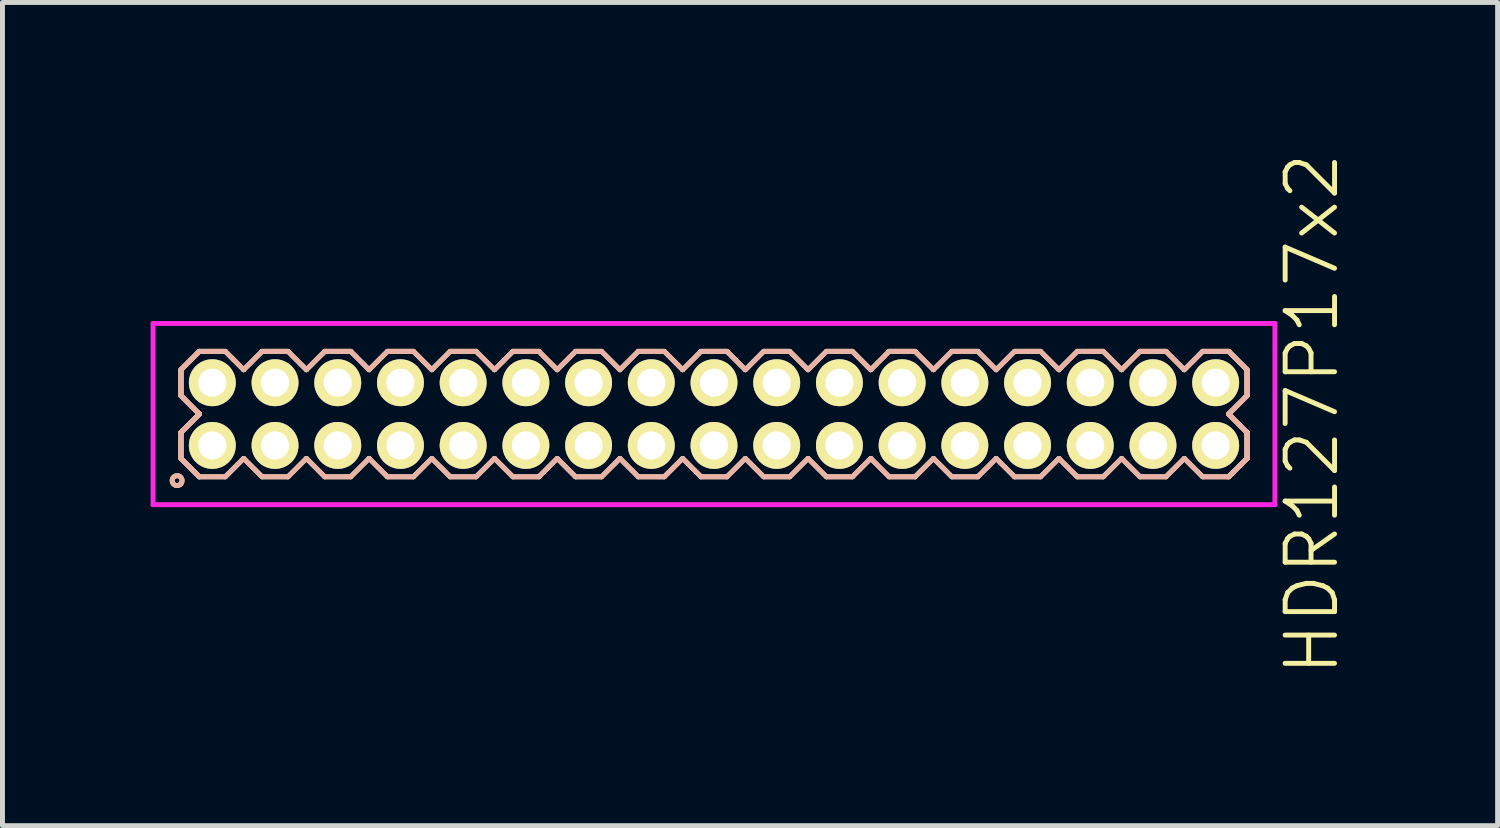
<source format=kicad_pcb>
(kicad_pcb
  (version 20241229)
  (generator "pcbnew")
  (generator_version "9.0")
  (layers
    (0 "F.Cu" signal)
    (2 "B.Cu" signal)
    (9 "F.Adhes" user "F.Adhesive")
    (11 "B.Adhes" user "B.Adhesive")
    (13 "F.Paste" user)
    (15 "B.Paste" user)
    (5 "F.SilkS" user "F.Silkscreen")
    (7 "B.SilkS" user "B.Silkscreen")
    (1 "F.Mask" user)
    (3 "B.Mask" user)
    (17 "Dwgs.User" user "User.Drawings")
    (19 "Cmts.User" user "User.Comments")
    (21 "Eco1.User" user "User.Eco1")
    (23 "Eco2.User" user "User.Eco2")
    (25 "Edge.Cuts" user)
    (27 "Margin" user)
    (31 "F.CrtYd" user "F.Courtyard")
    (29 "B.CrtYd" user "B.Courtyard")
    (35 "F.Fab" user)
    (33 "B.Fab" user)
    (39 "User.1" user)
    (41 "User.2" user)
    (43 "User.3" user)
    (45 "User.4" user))
  (footprint "HDR127P17x2"
    (layer "F.Cu")
    (at 11.41 5.336)
    (property "Reference" "HDR127P17x2" (at 12.11 0 90) (layer "F.SilkS") (effects (font (size 1 1) (thickness 0.1))))
    (attr through_hole)
    (fp_line (start -10.795 -0.898) (end -10.423 -1.27) (stroke (width 0.1) (type solid)) (layer "F.SilkS"))
    (fp_line (start -10.795 -0.898) (end -10.423 -1.27) (stroke (width 0.1) (type solid)) (layer "F.SilkS"))
    (fp_line (start -10.795 -0.372) (end -10.795 -0.898) (stroke (width 0.1) (type solid)) (layer "F.SilkS"))
    (fp_line (start -10.795 -0.372) (end -10.795 -0.898) (stroke (width 0.1) (type solid)) (layer "F.SilkS"))
    (fp_line (start -10.795 0.372) (end -10.423 0) (stroke (width 0.1) (type solid)) (layer "F.SilkS"))
    (fp_line (start -10.795 0.372) (end -10.423 0) (stroke (width 0.1) (type solid)) (layer "F.SilkS"))
    (fp_line (start -10.795 0.898) (end -10.795 0.372) (stroke (width 0.1) (type solid)) (layer "F.SilkS"))
    (fp_line (start -10.795 0.898) (end -10.795 0.372) (stroke (width 0.1) (type solid)) (layer "F.SilkS"))
    (fp_line (start -10.423 -1.27) (end -9.897 -1.27) (stroke (width 0.1) (type solid)) (layer "F.SilkS"))
    (fp_line (start -10.423 0) (end -10.795 -0.372) (stroke (width 0.1) (type solid)) (layer "F.SilkS"))
    (fp_line (start -10.423 0) (end -10.795 -0.372) (stroke (width 0.1) (type solid)) (layer "F.SilkS"))
    (fp_line (start -10.423 1.27) (end -10.795 0.898) (stroke (width 0.1) (type solid)) (layer "F.SilkS"))
    (fp_line (start -10.423 1.27) (end -10.795 0.898) (stroke (width 0.1) (type solid)) (layer "F.SilkS"))
    (fp_line (start -9.897 -1.27) (end -9.525 -0.898) (stroke (width 0.1) (type solid)) (layer "F.SilkS"))
    (fp_line (start -9.897 1.27) (end -10.423 1.27) (stroke (width 0.1) (type solid)) (layer "F.SilkS"))
    (fp_line (start -9.525 -0.898) (end -9.153 -1.27) (stroke (width 0.1) (type solid)) (layer "F.SilkS"))
    (fp_line (start -9.525 0.898) (end -9.897 1.27) (stroke (width 0.1) (type solid)) (layer "F.SilkS"))
    (fp_line (start -9.153 -1.27) (end -8.627 -1.27) (stroke (width 0.1) (type solid)) (layer "F.SilkS"))
    (fp_line (start -9.153 1.27) (end -9.525 0.898) (stroke (width 0.1) (type solid)) (layer "F.SilkS"))
    (fp_line (start -8.627 -1.27) (end -8.255 -0.898) (stroke (width 0.1) (type solid)) (layer "F.SilkS"))
    (fp_line (start -8.627 1.27) (end -9.153 1.27) (stroke (width 0.1) (type solid)) (layer "F.SilkS"))
    (fp_line (start -8.255 -0.898) (end -7.883 -1.27) (stroke (width 0.1) (type solid)) (layer "F.SilkS"))
    (fp_line (start -8.255 0.898) (end -8.627 1.27) (stroke (width 0.1) (type solid)) (layer "F.SilkS"))
    (fp_line (start -7.883 -1.27) (end -7.357 -1.27) (stroke (width 0.1) (type solid)) (layer "F.SilkS"))
    (fp_line (start -7.883 1.27) (end -8.255 0.898) (stroke (width 0.1) (type solid)) (layer "F.SilkS"))
    (fp_line (start -7.357 -1.27) (end -6.985 -0.898) (stroke (width 0.1) (type solid)) (layer "F.SilkS"))
    (fp_line (start -7.357 1.27) (end -7.883 1.27) (stroke (width 0.1) (type solid)) (layer "F.SilkS"))
    (fp_line (start -6.985 -0.898) (end -6.613 -1.27) (stroke (width 0.1) (type solid)) (layer "F.SilkS"))
    (fp_line (start -6.985 0.898) (end -7.357 1.27) (stroke (width 0.1) (type solid)) (layer "F.SilkS"))
    (fp_line (start -6.613 -1.27) (end -6.087 -1.27) (stroke (width 0.1) (type solid)) (layer "F.SilkS"))
    (fp_line (start -6.613 1.27) (end -6.985 0.898) (stroke (width 0.1) (type solid)) (layer "F.SilkS"))
    (fp_line (start -6.087 -1.27) (end -5.715 -0.898) (stroke (width 0.1) (type solid)) (layer "F.SilkS"))
    (fp_line (start -6.087 1.27) (end -6.613 1.27) (stroke (width 0.1) (type solid)) (layer "F.SilkS"))
    (fp_line (start -5.715 -0.898) (end -5.343 -1.27) (stroke (width 0.1) (type solid)) (layer "F.SilkS"))
    (fp_line (start -5.715 0.898) (end -6.087 1.27) (stroke (width 0.1) (type solid)) (layer "F.SilkS"))
    (fp_line (start -5.343 -1.27) (end -4.817 -1.27) (stroke (width 0.1) (type solid)) (layer "F.SilkS"))
    (fp_line (start -5.343 1.27) (end -5.715 0.898) (stroke (width 0.1) (type solid)) (layer "F.SilkS"))
    (fp_line (start -4.817 -1.27) (end -4.445 -0.898) (stroke (width 0.1) (type solid)) (layer "F.SilkS"))
    (fp_line (start -4.817 1.27) (end -5.343 1.27) (stroke (width 0.1) (type solid)) (layer "F.SilkS"))
    (fp_line (start -4.445 -0.898) (end -4.073 -1.27) (stroke (width 0.1) (type solid)) (layer "F.SilkS"))
    (fp_line (start -4.445 0.898) (end -4.817 1.27) (stroke (width 0.1) (type solid)) (layer "F.SilkS"))
    (fp_line (start -4.073 -1.27) (end -3.547 -1.27) (stroke (width 0.1) (type solid)) (layer "F.SilkS"))
    (fp_line (start -4.073 1.27) (end -4.445 0.898) (stroke (width 0.1) (type solid)) (layer "F.SilkS"))
    (fp_line (start -3.547 -1.27) (end -3.175 -0.898) (stroke (width 0.1) (type solid)) (layer "F.SilkS"))
    (fp_line (start -3.547 1.27) (end -4.073 1.27) (stroke (width 0.1) (type solid)) (layer "F.SilkS"))
    (fp_line (start -3.175 -0.898) (end -2.803 -1.27) (stroke (width 0.1) (type solid)) (layer "F.SilkS"))
    (fp_line (start -3.175 0.898) (end -3.547 1.27) (stroke (width 0.1) (type solid)) (layer "F.SilkS"))
    (fp_line (start -2.803 -1.27) (end -2.277 -1.27) (stroke (width 0.1) (type solid)) (layer "F.SilkS"))
    (fp_line (start -2.803 1.27) (end -3.175 0.898) (stroke (width 0.1) (type solid)) (layer "F.SilkS"))
    (fp_line (start -2.277 -1.27) (end -1.905 -0.898) (stroke (width 0.1) (type solid)) (layer "F.SilkS"))
    (fp_line (start -2.277 1.27) (end -2.803 1.27) (stroke (width 0.1) (type solid)) (layer "F.SilkS"))
    (fp_line (start -1.905 -0.898) (end -1.533 -1.27) (stroke (width 0.1) (type solid)) (layer "F.SilkS"))
    (fp_line (start -1.905 0.898) (end -2.277 1.27) (stroke (width 0.1) (type solid)) (layer "F.SilkS"))
    (fp_line (start -1.533 -1.27) (end -1.007 -1.27) (stroke (width 0.1) (type solid)) (layer "F.SilkS"))
    (fp_line (start -1.533 1.27) (end -1.905 0.898) (stroke (width 0.1) (type solid)) (layer "F.SilkS"))
    (fp_line (start -1.007 -1.27) (end -0.635 -0.898) (stroke (width 0.1) (type solid)) (layer "F.SilkS"))
    (fp_line (start -1.007 1.27) (end -1.533 1.27) (stroke (width 0.1) (type solid)) (layer "F.SilkS"))
    (fp_line (start -0.635 -0.898) (end -0.263 -1.27) (stroke (width 0.1) (type solid)) (layer "F.SilkS"))
    (fp_line (start -0.635 0.898) (end -1.007 1.27) (stroke (width 0.1) (type solid)) (layer "F.SilkS"))
    (fp_line (start -0.263 -1.27) (end 0.263 -1.27) (stroke (width 0.1) (type solid)) (layer "F.SilkS"))
    (fp_line (start -0.263 1.27) (end -0.635 0.898) (stroke (width 0.1) (type solid)) (layer "F.SilkS"))
    (fp_line (start 0.263 -1.27) (end 0.635 -0.898) (stroke (width 0.1) (type solid)) (layer "F.SilkS"))
    (fp_line (start 0.263 1.27) (end -0.263 1.27) (stroke (width 0.1) (type solid)) (layer "F.SilkS"))
    (fp_line (start 0.635 -0.898) (end 1.007 -1.27) (stroke (width 0.1) (type solid)) (layer "F.SilkS"))
    (fp_line (start 0.635 0.898) (end 0.263 1.27) (stroke (width 0.1) (type solid)) (layer "F.SilkS"))
    (fp_line (start 1.007 -1.27) (end 1.533 -1.27) (stroke (width 0.1) (type solid)) (layer "F.SilkS"))
    (fp_line (start 1.007 1.27) (end 0.635 0.898) (stroke (width 0.1) (type solid)) (layer "F.SilkS"))
    (fp_line (start 1.533 -1.27) (end 1.905 -0.898) (stroke (width 0.1) (type solid)) (layer "F.SilkS"))
    (fp_line (start 1.533 1.27) (end 1.007 1.27) (stroke (width 0.1) (type solid)) (layer "F.SilkS"))
    (fp_line (start 1.905 -0.898) (end 2.277 -1.27) (stroke (width 0.1) (type solid)) (layer "F.SilkS"))
    (fp_line (start 1.905 0.898) (end 1.533 1.27) (stroke (width 0.1) (type solid)) (layer "F.SilkS"))
    (fp_line (start 2.277 -1.27) (end 2.803 -1.27) (stroke (width 0.1) (type solid)) (layer "F.SilkS"))
    (fp_line (start 2.277 1.27) (end 1.905 0.898) (stroke (width 0.1) (type solid)) (layer "F.SilkS"))
    (fp_line (start 2.803 -1.27) (end 3.175 -0.898) (stroke (width 0.1) (type solid)) (layer "F.SilkS"))
    (fp_line (start 2.803 1.27) (end 2.277 1.27) (stroke (width 0.1) (type solid)) (layer "F.SilkS"))
    (fp_line (start 3.175 -0.898) (end 3.547 -1.27) (stroke (width 0.1) (type solid)) (layer "F.SilkS"))
    (fp_line (start 3.175 0.898) (end 2.803 1.27) (stroke (width 0.1) (type solid)) (layer "F.SilkS"))
    (fp_line (start 3.547 -1.27) (end 4.073 -1.27) (stroke (width 0.1) (type solid)) (layer "F.SilkS"))
    (fp_line (start 3.547 1.27) (end 3.175 0.898) (stroke (width 0.1) (type solid)) (layer "F.SilkS"))
    (fp_line (start 4.073 -1.27) (end 4.445 -0.898) (stroke (width 0.1) (type solid)) (layer "F.SilkS"))
    (fp_line (start 4.073 1.27) (end 3.547 1.27) (stroke (width 0.1) (type solid)) (layer "F.SilkS"))
    (fp_line (start 4.445 -0.898) (end 4.817 -1.27) (stroke (width 0.1) (type solid)) (layer "F.SilkS"))
    (fp_line (start 4.445 0.898) (end 4.073 1.27) (stroke (width 0.1) (type solid)) (layer "F.SilkS"))
    (fp_line (start 4.817 -1.27) (end 5.343 -1.27) (stroke (width 0.1) (type solid)) (layer "F.SilkS"))
    (fp_line (start 4.817 1.27) (end 4.445 0.898) (stroke (width 0.1) (type solid)) (layer "F.SilkS"))
    (fp_line (start 5.343 -1.27) (end 5.715 -0.898) (stroke (width 0.1) (type solid)) (layer "F.SilkS"))
    (fp_line (start 5.343 1.27) (end 4.817 1.27) (stroke (width 0.1) (type solid)) (layer "F.SilkS"))
    (fp_line (start 5.715 -0.898) (end 6.087 -1.27) (stroke (width 0.1) (type solid)) (layer "F.SilkS"))
    (fp_line (start 5.715 0.898) (end 5.343 1.27) (stroke (width 0.1) (type solid)) (layer "F.SilkS"))
    (fp_line (start 6.087 -1.27) (end 6.613 -1.27) (stroke (width 0.1) (type solid)) (layer "F.SilkS"))
    (fp_line (start 6.087 1.27) (end 5.715 0.898) (stroke (width 0.1) (type solid)) (layer "F.SilkS"))
    (fp_line (start 6.613 -1.27) (end 6.985 -0.898) (stroke (width 0.1) (type solid)) (layer "F.SilkS"))
    (fp_line (start 6.613 1.27) (end 6.087 1.27) (stroke (width 0.1) (type solid)) (layer "F.SilkS"))
    (fp_line (start 6.985 -0.898) (end 7.357 -1.27) (stroke (width 0.1) (type solid)) (layer "F.SilkS"))
    (fp_line (start 6.985 0.898) (end 6.613 1.27) (stroke (width 0.1) (type solid)) (layer "F.SilkS"))
    (fp_line (start 7.357 -1.27) (end 7.883 -1.27) (stroke (width 0.1) (type solid)) (layer "F.SilkS"))
    (fp_line (start 7.357 1.27) (end 6.985 0.898) (stroke (width 0.1) (type solid)) (layer "F.SilkS"))
    (fp_line (start 7.883 -1.27) (end 8.255 -0.898) (stroke (width 0.1) (type solid)) (layer "F.SilkS"))
    (fp_line (start 7.883 1.27) (end 7.357 1.27) (stroke (width 0.1) (type solid)) (layer "F.SilkS"))
    (fp_line (start 8.255 -0.898) (end 8.627 -1.27) (stroke (width 0.1) (type solid)) (layer "F.SilkS"))
    (fp_line (start 8.255 0.898) (end 7.883 1.27) (stroke (width 0.1) (type solid)) (layer "F.SilkS"))
    (fp_line (start 8.627 -1.27) (end 9.153 -1.27) (stroke (width 0.1) (type solid)) (layer "F.SilkS"))
    (fp_line (start 8.627 1.27) (end 8.255 0.898) (stroke (width 0.1) (type solid)) (layer "F.SilkS"))
    (fp_line (start 9.153 -1.27) (end 9.525 -0.898) (stroke (width 0.1) (type solid)) (layer "F.SilkS"))
    (fp_line (start 9.153 1.27) (end 8.627 1.27) (stroke (width 0.1) (type solid)) (layer "F.SilkS"))
    (fp_line (start 9.525 -0.898) (end 9.897 -1.27) (stroke (width 0.1) (type solid)) (layer "F.SilkS"))
    (fp_line (start 9.525 0.898) (end 9.153 1.27) (stroke (width 0.1) (type solid)) (layer "F.SilkS"))
    (fp_line (start 9.897 -1.27) (end 10.423 -1.27) (stroke (width 0.1) (type solid)) (layer "F.SilkS"))
    (fp_line (start 9.897 1.27) (end 9.525 0.898) (stroke (width 0.1) (type solid)) (layer "F.SilkS"))
    (fp_line (start 10.423 -1.27) (end 10.795 -0.898) (stroke (width 0.1) (type solid)) (layer "F.SilkS"))
    (fp_line (start 10.423 -1.27) (end 10.795 -0.898) (stroke (width 0.1) (type solid)) (layer "F.SilkS"))
    (fp_line (start 10.423 0) (end 10.795 0.372) (stroke (width 0.1) (type solid)) (layer "F.SilkS"))
    (fp_line (start 10.423 0) (end 10.795 0.372) (stroke (width 0.1) (type solid)) (layer "F.SilkS"))
    (fp_line (start 10.423 1.27) (end 9.897 1.27) (stroke (width 0.1) (type solid)) (layer "F.SilkS"))
    (fp_line (start 10.795 -0.898) (end 10.795 -0.372) (stroke (width 0.1) (type solid)) (layer "F.SilkS"))
    (fp_line (start 10.795 -0.898) (end 10.795 -0.372) (stroke (width 0.1) (type solid)) (layer "F.SilkS"))
    (fp_line (start 10.795 -0.372) (end 10.423 0) (stroke (width 0.1) (type solid)) (layer "F.SilkS"))
    (fp_line (start 10.795 -0.372) (end 10.423 0) (stroke (width 0.1) (type solid)) (layer "F.SilkS"))
    (fp_line (start 10.795 0.372) (end 10.795 0.898) (stroke (width 0.1) (type solid)) (layer "F.SilkS"))
    (fp_line (start 10.795 0.372) (end 10.795 0.898) (stroke (width 0.1) (type solid)) (layer "F.SilkS"))
    (fp_line (start 10.795 0.898) (end 10.423 1.27) (stroke (width 0.1) (type solid)) (layer "F.SilkS"))
    (fp_line (start 10.795 0.898) (end 10.423 1.27) (stroke (width 0.1) (type solid)) (layer "F.SilkS"))
    (fp_circle (center -10.873 1.348) (end -10.773 1.348) (stroke (width 0.1) (type solid)) (fill no) (layer "F.SilkS"))
    (fp_line (start -10.795 -0.898) (end -10.423 -1.27) (stroke (width 0.1) (type solid)) (layer "B.SilkS"))
    (fp_line (start -10.795 -0.898) (end -10.423 -1.27) (stroke (width 0.1) (type solid)) (layer "B.SilkS"))
    (fp_line (start -10.795 -0.372) (end -10.795 -0.898) (stroke (width 0.1) (type solid)) (layer "B.SilkS"))
    (fp_line (start -10.795 -0.372) (end -10.795 -0.898) (stroke (width 0.1) (type solid)) (layer "B.SilkS"))
    (fp_line (start -10.795 0.372) (end -10.423 0) (stroke (width 0.1) (type solid)) (layer "B.SilkS"))
    (fp_line (start -10.795 0.372) (end -10.423 0) (stroke (width 0.1) (type solid)) (layer "B.SilkS"))
    (fp_line (start -10.795 0.898) (end -10.795 0.372) (stroke (width 0.1) (type solid)) (layer "B.SilkS"))
    (fp_line (start -10.795 0.898) (end -10.795 0.372) (stroke (width 0.1) (type solid)) (layer "B.SilkS"))
    (fp_line (start -10.423 -1.27) (end -9.897 -1.27) (stroke (width 0.1) (type solid)) (layer "B.SilkS"))
    (fp_line (start -10.423 0) (end -10.795 -0.372) (stroke (width 0.1) (type solid)) (layer "B.SilkS"))
    (fp_line (start -10.423 0) (end -10.795 -0.372) (stroke (width 0.1) (type solid)) (layer "B.SilkS"))
    (fp_line (start -10.423 1.27) (end -10.795 0.898) (stroke (width 0.1) (type solid)) (layer "B.SilkS"))
    (fp_line (start -10.423 1.27) (end -10.795 0.898) (stroke (width 0.1) (type solid)) (layer "B.SilkS"))
    (fp_line (start -9.897 -1.27) (end -9.525 -0.898) (stroke (width 0.1) (type solid)) (layer "B.SilkS"))
    (fp_line (start -9.897 1.27) (end -10.423 1.27) (stroke (width 0.1) (type solid)) (layer "B.SilkS"))
    (fp_line (start -9.525 -0.898) (end -9.153 -1.27) (stroke (width 0.1) (type solid)) (layer "B.SilkS"))
    (fp_line (start -9.525 0.898) (end -9.897 1.27) (stroke (width 0.1) (type solid)) (layer "B.SilkS"))
    (fp_line (start -9.153 -1.27) (end -8.627 -1.27) (stroke (width 0.1) (type solid)) (layer "B.SilkS"))
    (fp_line (start -9.153 1.27) (end -9.525 0.898) (stroke (width 0.1) (type solid)) (layer "B.SilkS"))
    (fp_line (start -8.627 -1.27) (end -8.255 -0.898) (stroke (width 0.1) (type solid)) (layer "B.SilkS"))
    (fp_line (start -8.627 1.27) (end -9.153 1.27) (stroke (width 0.1) (type solid)) (layer "B.SilkS"))
    (fp_line (start -8.255 -0.898) (end -7.883 -1.27) (stroke (width 0.1) (type solid)) (layer "B.SilkS"))
    (fp_line (start -8.255 0.898) (end -8.627 1.27) (stroke (width 0.1) (type solid)) (layer "B.SilkS"))
    (fp_line (start -7.883 -1.27) (end -7.357 -1.27) (stroke (width 0.1) (type solid)) (layer "B.SilkS"))
    (fp_line (start -7.883 1.27) (end -8.255 0.898) (stroke (width 0.1) (type solid)) (layer "B.SilkS"))
    (fp_line (start -7.357 -1.27) (end -6.985 -0.898) (stroke (width 0.1) (type solid)) (layer "B.SilkS"))
    (fp_line (start -7.357 1.27) (end -7.883 1.27) (stroke (width 0.1) (type solid)) (layer "B.SilkS"))
    (fp_line (start -6.985 -0.898) (end -6.613 -1.27) (stroke (width 0.1) (type solid)) (layer "B.SilkS"))
    (fp_line (start -6.985 0.898) (end -7.357 1.27) (stroke (width 0.1) (type solid)) (layer "B.SilkS"))
    (fp_line (start -6.613 -1.27) (end -6.087 -1.27) (stroke (width 0.1) (type solid)) (layer "B.SilkS"))
    (fp_line (start -6.613 1.27) (end -6.985 0.898) (stroke (width 0.1) (type solid)) (layer "B.SilkS"))
    (fp_line (start -6.087 -1.27) (end -5.715 -0.898) (stroke (width 0.1) (type solid)) (layer "B.SilkS"))
    (fp_line (start -6.087 1.27) (end -6.613 1.27) (stroke (width 0.1) (type solid)) (layer "B.SilkS"))
    (fp_line (start -5.715 -0.898) (end -5.343 -1.27) (stroke (width 0.1) (type solid)) (layer "B.SilkS"))
    (fp_line (start -5.715 0.898) (end -6.087 1.27) (stroke (width 0.1) (type solid)) (layer "B.SilkS"))
    (fp_line (start -5.343 -1.27) (end -4.817 -1.27) (stroke (width 0.1) (type solid)) (layer "B.SilkS"))
    (fp_line (start -5.343 1.27) (end -5.715 0.898) (stroke (width 0.1) (type solid)) (layer "B.SilkS"))
    (fp_line (start -4.817 -1.27) (end -4.445 -0.898) (stroke (width 0.1) (type solid)) (layer "B.SilkS"))
    (fp_line (start -4.817 1.27) (end -5.343 1.27) (stroke (width 0.1) (type solid)) (layer "B.SilkS"))
    (fp_line (start -4.445 -0.898) (end -4.073 -1.27) (stroke (width 0.1) (type solid)) (layer "B.SilkS"))
    (fp_line (start -4.445 0.898) (end -4.817 1.27) (stroke (width 0.1) (type solid)) (layer "B.SilkS"))
    (fp_line (start -4.073 -1.27) (end -3.547 -1.27) (stroke (width 0.1) (type solid)) (layer "B.SilkS"))
    (fp_line (start -4.073 1.27) (end -4.445 0.898) (stroke (width 0.1) (type solid)) (layer "B.SilkS"))
    (fp_line (start -3.547 -1.27) (end -3.175 -0.898) (stroke (width 0.1) (type solid)) (layer "B.SilkS"))
    (fp_line (start -3.547 1.27) (end -4.073 1.27) (stroke (width 0.1) (type solid)) (layer "B.SilkS"))
    (fp_line (start -3.175 -0.898) (end -2.803 -1.27) (stroke (width 0.1) (type solid)) (layer "B.SilkS"))
    (fp_line (start -3.175 0.898) (end -3.547 1.27) (stroke (width 0.1) (type solid)) (layer "B.SilkS"))
    (fp_line (start -2.803 -1.27) (end -2.277 -1.27) (stroke (width 0.1) (type solid)) (layer "B.SilkS"))
    (fp_line (start -2.803 1.27) (end -3.175 0.898) (stroke (width 0.1) (type solid)) (layer "B.SilkS"))
    (fp_line (start -2.277 -1.27) (end -1.905 -0.898) (stroke (width 0.1) (type solid)) (layer "B.SilkS"))
    (fp_line (start -2.277 1.27) (end -2.803 1.27) (stroke (width 0.1) (type solid)) (layer "B.SilkS"))
    (fp_line (start -1.905 -0.898) (end -1.533 -1.27) (stroke (width 0.1) (type solid)) (layer "B.SilkS"))
    (fp_line (start -1.905 0.898) (end -2.277 1.27) (stroke (width 0.1) (type solid)) (layer "B.SilkS"))
    (fp_line (start -1.533 -1.27) (end -1.007 -1.27) (stroke (width 0.1) (type solid)) (layer "B.SilkS"))
    (fp_line (start -1.533 1.27) (end -1.905 0.898) (stroke (width 0.1) (type solid)) (layer "B.SilkS"))
    (fp_line (start -1.007 -1.27) (end -0.635 -0.898) (stroke (width 0.1) (type solid)) (layer "B.SilkS"))
    (fp_line (start -1.007 1.27) (end -1.533 1.27) (stroke (width 0.1) (type solid)) (layer "B.SilkS"))
    (fp_line (start -0.635 -0.898) (end -0.263 -1.27) (stroke (width 0.1) (type solid)) (layer "B.SilkS"))
    (fp_line (start -0.635 0.898) (end -1.007 1.27) (stroke (width 0.1) (type solid)) (layer "B.SilkS"))
    (fp_line (start -0.263 -1.27) (end 0.263 -1.27) (stroke (width 0.1) (type solid)) (layer "B.SilkS"))
    (fp_line (start -0.263 1.27) (end -0.635 0.898) (stroke (width 0.1) (type solid)) (layer "B.SilkS"))
    (fp_line (start 0.263 -1.27) (end 0.635 -0.898) (stroke (width 0.1) (type solid)) (layer "B.SilkS"))
    (fp_line (start 0.263 1.27) (end -0.263 1.27) (stroke (width 0.1) (type solid)) (layer "B.SilkS"))
    (fp_line (start 0.635 -0.898) (end 1.007 -1.27) (stroke (width 0.1) (type solid)) (layer "B.SilkS"))
    (fp_line (start 0.635 0.898) (end 0.263 1.27) (stroke (width 0.1) (type solid)) (layer "B.SilkS"))
    (fp_line (start 1.007 -1.27) (end 1.533 -1.27) (stroke (width 0.1) (type solid)) (layer "B.SilkS"))
    (fp_line (start 1.007 1.27) (end 0.635 0.898) (stroke (width 0.1) (type solid)) (layer "B.SilkS"))
    (fp_line (start 1.533 -1.27) (end 1.905 -0.898) (stroke (width 0.1) (type solid)) (layer "B.SilkS"))
    (fp_line (start 1.533 1.27) (end 1.007 1.27) (stroke (width 0.1) (type solid)) (layer "B.SilkS"))
    (fp_line (start 1.905 -0.898) (end 2.277 -1.27) (stroke (width 0.1) (type solid)) (layer "B.SilkS"))
    (fp_line (start 1.905 0.898) (end 1.533 1.27) (stroke (width 0.1) (type solid)) (layer "B.SilkS"))
    (fp_line (start 2.277 -1.27) (end 2.803 -1.27) (stroke (width 0.1) (type solid)) (layer "B.SilkS"))
    (fp_line (start 2.277 1.27) (end 1.905 0.898) (stroke (width 0.1) (type solid)) (layer "B.SilkS"))
    (fp_line (start 2.803 -1.27) (end 3.175 -0.898) (stroke (width 0.1) (type solid)) (layer "B.SilkS"))
    (fp_line (start 2.803 1.27) (end 2.277 1.27) (stroke (width 0.1) (type solid)) (layer "B.SilkS"))
    (fp_line (start 3.175 -0.898) (end 3.547 -1.27) (stroke (width 0.1) (type solid)) (layer "B.SilkS"))
    (fp_line (start 3.175 0.898) (end 2.803 1.27) (stroke (width 0.1) (type solid)) (layer "B.SilkS"))
    (fp_line (start 3.547 -1.27) (end 4.073 -1.27) (stroke (width 0.1) (type solid)) (layer "B.SilkS"))
    (fp_line (start 3.547 1.27) (end 3.175 0.898) (stroke (width 0.1) (type solid)) (layer "B.SilkS"))
    (fp_line (start 4.073 -1.27) (end 4.445 -0.898) (stroke (width 0.1) (type solid)) (layer "B.SilkS"))
    (fp_line (start 4.073 1.27) (end 3.547 1.27) (stroke (width 0.1) (type solid)) (layer "B.SilkS"))
    (fp_line (start 4.445 -0.898) (end 4.817 -1.27) (stroke (width 0.1) (type solid)) (layer "B.SilkS"))
    (fp_line (start 4.445 0.898) (end 4.073 1.27) (stroke (width 0.1) (type solid)) (layer "B.SilkS"))
    (fp_line (start 4.817 -1.27) (end 5.343 -1.27) (stroke (width 0.1) (type solid)) (layer "B.SilkS"))
    (fp_line (start 4.817 1.27) (end 4.445 0.898) (stroke (width 0.1) (type solid)) (layer "B.SilkS"))
    (fp_line (start 5.343 -1.27) (end 5.715 -0.898) (stroke (width 0.1) (type solid)) (layer "B.SilkS"))
    (fp_line (start 5.343 1.27) (end 4.817 1.27) (stroke (width 0.1) (type solid)) (layer "B.SilkS"))
    (fp_line (start 5.715 -0.898) (end 6.087 -1.27) (stroke (width 0.1) (type solid)) (layer "B.SilkS"))
    (fp_line (start 5.715 0.898) (end 5.343 1.27) (stroke (width 0.1) (type solid)) (layer "B.SilkS"))
    (fp_line (start 6.087 -1.27) (end 6.613 -1.27) (stroke (width 0.1) (type solid)) (layer "B.SilkS"))
    (fp_line (start 6.087 1.27) (end 5.715 0.898) (stroke (width 0.1) (type solid)) (layer "B.SilkS"))
    (fp_line (start 6.613 -1.27) (end 6.985 -0.898) (stroke (width 0.1) (type solid)) (layer "B.SilkS"))
    (fp_line (start 6.613 1.27) (end 6.087 1.27) (stroke (width 0.1) (type solid)) (layer "B.SilkS"))
    (fp_line (start 6.985 -0.898) (end 7.357 -1.27) (stroke (width 0.1) (type solid)) (layer "B.SilkS"))
    (fp_line (start 6.985 0.898) (end 6.613 1.27) (stroke (width 0.1) (type solid)) (layer "B.SilkS"))
    (fp_line (start 7.357 -1.27) (end 7.883 -1.27) (stroke (width 0.1) (type solid)) (layer "B.SilkS"))
    (fp_line (start 7.357 1.27) (end 6.985 0.898) (stroke (width 0.1) (type solid)) (layer "B.SilkS"))
    (fp_line (start 7.883 -1.27) (end 8.255 -0.898) (stroke (width 0.1) (type solid)) (layer "B.SilkS"))
    (fp_line (start 7.883 1.27) (end 7.357 1.27) (stroke (width 0.1) (type solid)) (layer "B.SilkS"))
    (fp_line (start 8.255 -0.898) (end 8.627 -1.27) (stroke (width 0.1) (type solid)) (layer "B.SilkS"))
    (fp_line (start 8.255 0.898) (end 7.883 1.27) (stroke (width 0.1) (type solid)) (layer "B.SilkS"))
    (fp_line (start 8.627 -1.27) (end 9.153 -1.27) (stroke (width 0.1) (type solid)) (layer "B.SilkS"))
    (fp_line (start 8.627 1.27) (end 8.255 0.898) (stroke (width 0.1) (type solid)) (layer "B.SilkS"))
    (fp_line (start 9.153 -1.27) (end 9.525 -0.898) (stroke (width 0.1) (type solid)) (layer "B.SilkS"))
    (fp_line (start 9.153 1.27) (end 8.627 1.27) (stroke (width 0.1) (type solid)) (layer "B.SilkS"))
    (fp_line (start 9.525 -0.898) (end 9.897 -1.27) (stroke (width 0.1) (type solid)) (layer "B.SilkS"))
    (fp_line (start 9.525 0.898) (end 9.153 1.27) (stroke (width 0.1) (type solid)) (layer "B.SilkS"))
    (fp_line (start 9.897 -1.27) (end 10.423 -1.27) (stroke (width 0.1) (type solid)) (layer "B.SilkS"))
    (fp_line (start 9.897 1.27) (end 9.525 0.898) (stroke (width 0.1) (type solid)) (layer "B.SilkS"))
    (fp_line (start 10.423 -1.27) (end 10.795 -0.898) (stroke (width 0.1) (type solid)) (layer "B.SilkS"))
    (fp_line (start 10.423 -1.27) (end 10.795 -0.898) (stroke (width 0.1) (type solid)) (layer "B.SilkS"))
    (fp_line (start 10.423 0) (end 10.795 0.372) (stroke (width 0.1) (type solid)) (layer "B.SilkS"))
    (fp_line (start 10.423 0) (end 10.795 0.372) (stroke (width 0.1) (type solid)) (layer "B.SilkS"))
    (fp_line (start 10.423 1.27) (end 9.897 1.27) (stroke (width 0.1) (type solid)) (layer "B.SilkS"))
    (fp_line (start 10.795 -0.898) (end 10.795 -0.372) (stroke (width 0.1) (type solid)) (layer "B.SilkS"))
    (fp_line (start 10.795 -0.898) (end 10.795 -0.372) (stroke (width 0.1) (type solid)) (layer "B.SilkS"))
    (fp_line (start 10.795 -0.372) (end 10.423 0) (stroke (width 0.1) (type solid)) (layer "B.SilkS"))
    (fp_line (start 10.795 -0.372) (end 10.423 0) (stroke (width 0.1) (type solid)) (layer "B.SilkS"))
    (fp_line (start 10.795 0.372) (end 10.795 0.898) (stroke (width 0.1) (type solid)) (layer "B.SilkS"))
    (fp_line (start 10.795 0.372) (end 10.795 0.898) (stroke (width 0.1) (type solid)) (layer "B.SilkS"))
    (fp_line (start 10.795 0.898) (end 10.423 1.27) (stroke (width 0.1) (type solid)) (layer "B.SilkS"))
    (fp_line (start 10.795 0.898) (end 10.423 1.27) (stroke (width 0.1) (type solid)) (layer "B.SilkS"))
    (fp_circle (center -10.873 1.348) (end -10.773 1.348) (stroke (width 0.1) (type solid)) (fill no) (layer "B.SilkS"))
    (fp_line (start -11.36 -1.835) (end -11.36 1.835) (stroke (width 0.1) (type solid)) (layer "F.CrtYd"))
    (fp_line (start -11.36 1.835) (end 11.36 1.835) (stroke (width 0.1) (type solid)) (layer "F.CrtYd"))
    (fp_line (start 11.36 -1.835) (end -11.36 -1.835) (stroke (width 0.1) (type solid)) (layer "F.CrtYd"))
    (fp_line (start 11.36 1.835) (end 11.36 -1.835) (stroke (width 0.1) (type solid)) (layer "F.CrtYd"))
    (pad "1" thru_hole oval (at -10.16 0.635) (size 0.95 0.95) (drill 0.57) (layers "*.Cu" "*.Mask" "F.SilkS"))
    (pad "2" thru_hole oval (at -10.16 -0.635) (size 0.95 0.95) (drill 0.57) (layers "*.Cu" "*.Mask" "F.SilkS"))
    (pad "3" thru_hole oval (at -8.89 0.635) (size 0.95 0.95) (drill 0.57) (layers "*.Cu" "*.Mask" "F.SilkS"))
    (pad "4" thru_hole oval (at -8.89 -0.635) (size 0.95 0.95) (drill 0.57) (layers "*.Cu" "*.Mask" "F.SilkS"))
    (pad "5" thru_hole oval (at -7.62 0.635) (size 0.95 0.95) (drill 0.57) (layers "*.Cu" "*.Mask" "F.SilkS"))
    (pad "6" thru_hole oval (at -7.62 -0.635) (size 0.95 0.95) (drill 0.57) (layers "*.Cu" "*.Mask" "F.SilkS"))
    (pad "7" thru_hole oval (at -6.35 0.635) (size 0.95 0.95) (drill 0.57) (layers "*.Cu" "*.Mask" "F.SilkS"))
    (pad "8" thru_hole oval (at -6.35 -0.635) (size 0.95 0.95) (drill 0.57) (layers "*.Cu" "*.Mask" "F.SilkS"))
    (pad "9" thru_hole oval (at -5.08 0.635) (size 0.95 0.95) (drill 0.57) (layers "*.Cu" "*.Mask" "F.SilkS"))
    (pad "10" thru_hole oval (at -5.08 -0.635) (size 0.95 0.95) (drill 0.57) (layers "*.Cu" "*.Mask" "F.SilkS"))
    (pad "11" thru_hole oval (at -3.81 0.635) (size 0.95 0.95) (drill 0.57) (layers "*.Cu" "*.Mask" "F.SilkS"))
    (pad "12" thru_hole oval (at -3.81 -0.635) (size 0.95 0.95) (drill 0.57) (layers "*.Cu" "*.Mask" "F.SilkS"))
    (pad "13" thru_hole oval (at -2.54 0.635) (size 0.95 0.95) (drill 0.57) (layers "*.Cu" "*.Mask" "F.SilkS"))
    (pad "14" thru_hole oval (at -2.54 -0.635) (size 0.95 0.95) (drill 0.57) (layers "*.Cu" "*.Mask" "F.SilkS"))
    (pad "15" thru_hole oval (at -1.27 0.635) (size 0.95 0.95) (drill 0.57) (layers "*.Cu" "*.Mask" "F.SilkS"))
    (pad "16" thru_hole oval (at -1.27 -0.635) (size 0.95 0.95) (drill 0.57) (layers "*.Cu" "*.Mask" "F.SilkS"))
    (pad "17" thru_hole oval (at 0 0.635) (size 0.95 0.95) (drill 0.57) (layers "*.Cu" "*.Mask" "F.SilkS"))
    (pad "18" thru_hole oval (at 0 -0.635) (size 0.95 0.95) (drill 0.57) (layers "*.Cu" "*.Mask" "F.SilkS"))
    (pad "19" thru_hole oval (at 1.27 0.635) (size 0.95 0.95) (drill 0.57) (layers "*.Cu" "*.Mask" "F.SilkS"))
    (pad "20" thru_hole oval (at 1.27 -0.635) (size 0.95 0.95) (drill 0.57) (layers "*.Cu" "*.Mask" "F.SilkS"))
    (pad "21" thru_hole oval (at 2.54 0.635) (size 0.95 0.95) (drill 0.57) (layers "*.Cu" "*.Mask" "F.SilkS"))
    (pad "22" thru_hole oval (at 2.54 -0.635) (size 0.95 0.95) (drill 0.57) (layers "*.Cu" "*.Mask" "F.SilkS"))
    (pad "23" thru_hole oval (at 3.81 0.635) (size 0.95 0.95) (drill 0.57) (layers "*.Cu" "*.Mask" "F.SilkS"))
    (pad "24" thru_hole oval (at 3.81 -0.635) (size 0.95 0.95) (drill 0.57) (layers "*.Cu" "*.Mask" "F.SilkS"))
    (pad "25" thru_hole oval (at 5.08 0.635) (size 0.95 0.95) (drill 0.57) (layers "*.Cu" "*.Mask" "F.SilkS"))
    (pad "26" thru_hole oval (at 5.08 -0.635) (size 0.95 0.95) (drill 0.57) (layers "*.Cu" "*.Mask" "F.SilkS"))
    (pad "27" thru_hole oval (at 6.35 0.635) (size 0.95 0.95) (drill 0.57) (layers "*.Cu" "*.Mask" "F.SilkS"))
    (pad "28" thru_hole oval (at 6.35 -0.635) (size 0.95 0.95) (drill 0.57) (layers "*.Cu" "*.Mask" "F.SilkS"))
    (pad "29" thru_hole oval (at 7.62 0.635) (size 0.95 0.95) (drill 0.57) (layers "*.Cu" "*.Mask" "F.SilkS"))
    (pad "30" thru_hole oval (at 7.62 -0.635) (size 0.95 0.95) (drill 0.57) (layers "*.Cu" "*.Mask" "F.SilkS"))
    (pad "31" thru_hole oval (at 8.89 0.635) (size 0.95 0.95) (drill 0.57) (layers "*.Cu" "*.Mask" "F.SilkS"))
    (pad "32" thru_hole oval (at 8.89 -0.635) (size 0.95 0.95) (drill 0.57) (layers "*.Cu" "*.Mask" "F.SilkS"))
    (pad "33" thru_hole oval (at 10.16 0.635) (size 0.95 0.95) (drill 0.57) (layers "*.Cu" "*.Mask" "F.SilkS"))
    (pad "34" thru_hole oval (at 10.16 -0.635) (size 0.95 0.95) (drill 0.57) (layers "*.Cu" "*.Mask" "F.SilkS")))
  (gr_rect
    (start -3 -3)
    (end 27.28 13.671)
    (stroke (width 0.1) (type default))
    (fill no)
    (layer "Edge.Cuts")))
</source>
